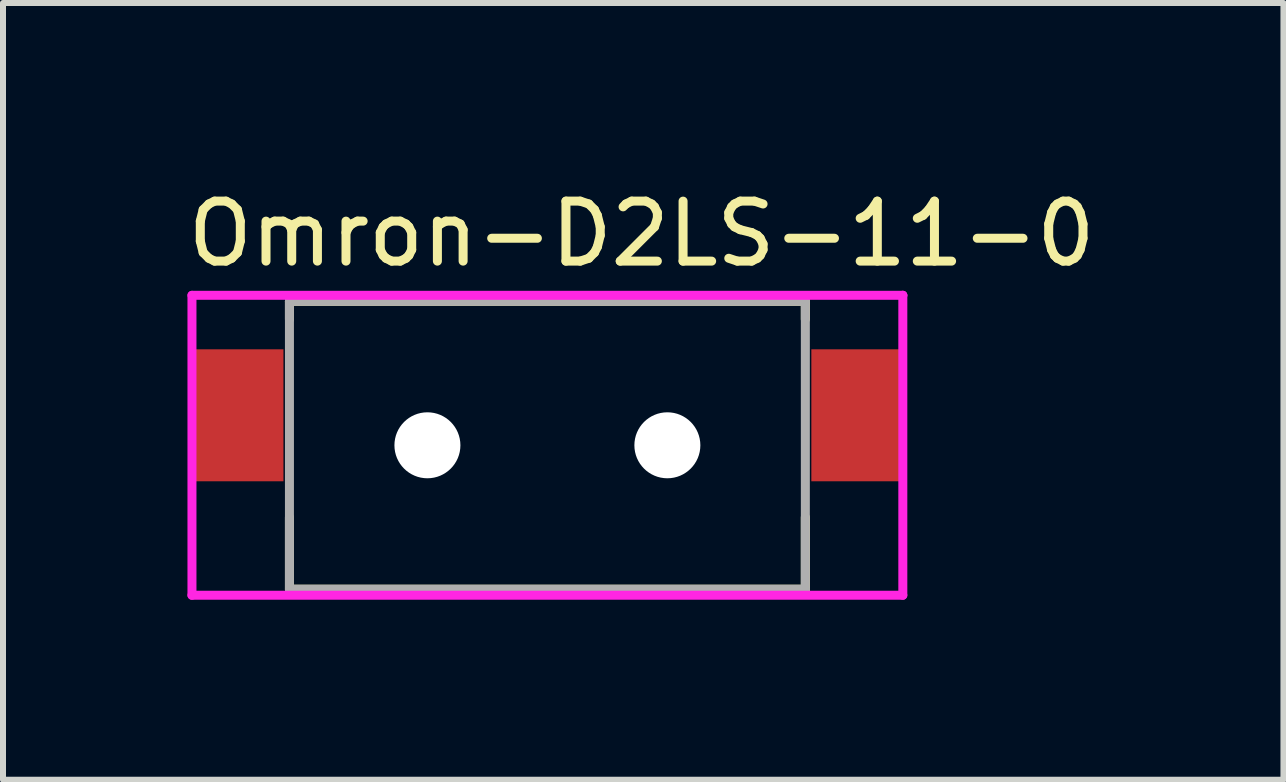
<source format=kicad_pcb>
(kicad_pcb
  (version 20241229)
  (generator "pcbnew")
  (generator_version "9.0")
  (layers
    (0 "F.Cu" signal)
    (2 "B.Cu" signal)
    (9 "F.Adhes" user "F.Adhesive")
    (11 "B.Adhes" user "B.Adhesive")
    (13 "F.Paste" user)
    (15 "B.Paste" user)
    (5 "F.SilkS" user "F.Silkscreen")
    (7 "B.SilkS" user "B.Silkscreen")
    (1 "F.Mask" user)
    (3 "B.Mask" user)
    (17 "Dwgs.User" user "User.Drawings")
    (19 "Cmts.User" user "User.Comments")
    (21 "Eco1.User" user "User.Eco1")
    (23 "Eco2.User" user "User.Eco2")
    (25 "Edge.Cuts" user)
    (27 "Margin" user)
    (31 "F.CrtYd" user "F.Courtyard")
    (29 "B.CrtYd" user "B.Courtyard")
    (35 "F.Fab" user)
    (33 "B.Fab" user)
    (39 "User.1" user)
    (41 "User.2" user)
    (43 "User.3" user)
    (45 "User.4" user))
  (footprint "Omron-D2LS-11-0"
    (layer "F.Cu")
    (at 6.075 4.373)
    (property "Reference" "Omron-D2LS-11-0" (at -6.075 -3.525 0) (layer "F.SilkS") (effects (font (size 1 1) (thickness 0.15)) (justify left)))
    (attr through_hole)
    (fp_line (start -4.3 -2.4) (end 4.3 -2.4) (stroke (width 0.15) (type solid)) (layer "F.SilkS"))
    (fp_line (start -4.3 -2.1) (end -4.3 -2.4) (stroke (width 0.15) (type solid)) (layer "F.SilkS"))
    (fp_line (start -4.3 1.2) (end -4.3 2.4) (stroke (width 0.15) (type solid)) (layer "F.SilkS"))
    (fp_line (start -4.3 2.4) (end 4.3 2.4) (stroke (width 0.15) (type solid)) (layer "F.SilkS"))
    (fp_line (start 4.3 -2.1) (end 4.3 -2.4) (stroke (width 0.15) (type solid)) (layer "F.SilkS"))
    (fp_line (start 4.3 1.2) (end 4.3 2.4) (stroke (width 0.15) (type solid)) (layer "F.SilkS"))
    (fp_line (start -5.925 -2.5) (end -5.925 2.5) (stroke (width 0.15) (type solid)) (layer "F.CrtYd"))
    (fp_line (start -5.925 2.5) (end 5.925 2.5) (stroke (width 0.15) (type solid)) (layer "F.CrtYd"))
    (fp_line (start 5.925 -2.5) (end -5.925 -2.5) (stroke (width 0.15) (type solid)) (layer "F.CrtYd"))
    (fp_line (start 5.925 -2.5) (end 5.925 -2.5) (stroke (width 0.15) (type solid)) (layer "F.CrtYd"))
    (fp_line (start 5.925 2.5) (end 5.925 -2.5) (stroke (width 0.15) (type solid)) (layer "F.CrtYd"))
    (fp_line (start -4.3 -2.4) (end 4.3 -2.4) (stroke (width 0.15) (type solid)) (layer "F.Fab"))
    (fp_line (start -4.3 2.4) (end -4.3 -2.4) (stroke (width 0.15) (type solid)) (layer "F.Fab"))
    (fp_line (start 4.3 -2.4) (end 4.3 2.4) (stroke (width 0.15) (type solid)) (layer "F.Fab"))
    (fp_line (start 4.3 2.4) (end -4.3 2.4) (stroke (width 0.15) (type solid)) (layer "F.Fab"))
    (pad "" np_thru_hole circle (at -2 0) (size 1.1 1.1) (drill 1.1) (layers "*.Cu" "*.Mask"))
    (pad "" np_thru_hole circle (at 2 0) (size 1.1 1.1) (drill 1.1) (layers "*.Cu" "*.Mask"))
    (pad "1" smd rect (at -5.15 -0.5) (size 1.5 2.2) (layers "F.Cu" "F.Mask" "F.Paste"))
    (pad "2" smd rect (at 5.15 -0.5) (size 1.5 2.2) (layers "F.Cu" "F.Mask" "F.Paste")))
  (gr_rect
    (start -3 -3)
    (end 18.345 9.948)
    (stroke (width 0.1) (type default))
    (fill no)
    (layer "Edge.Cuts")))
</source>
